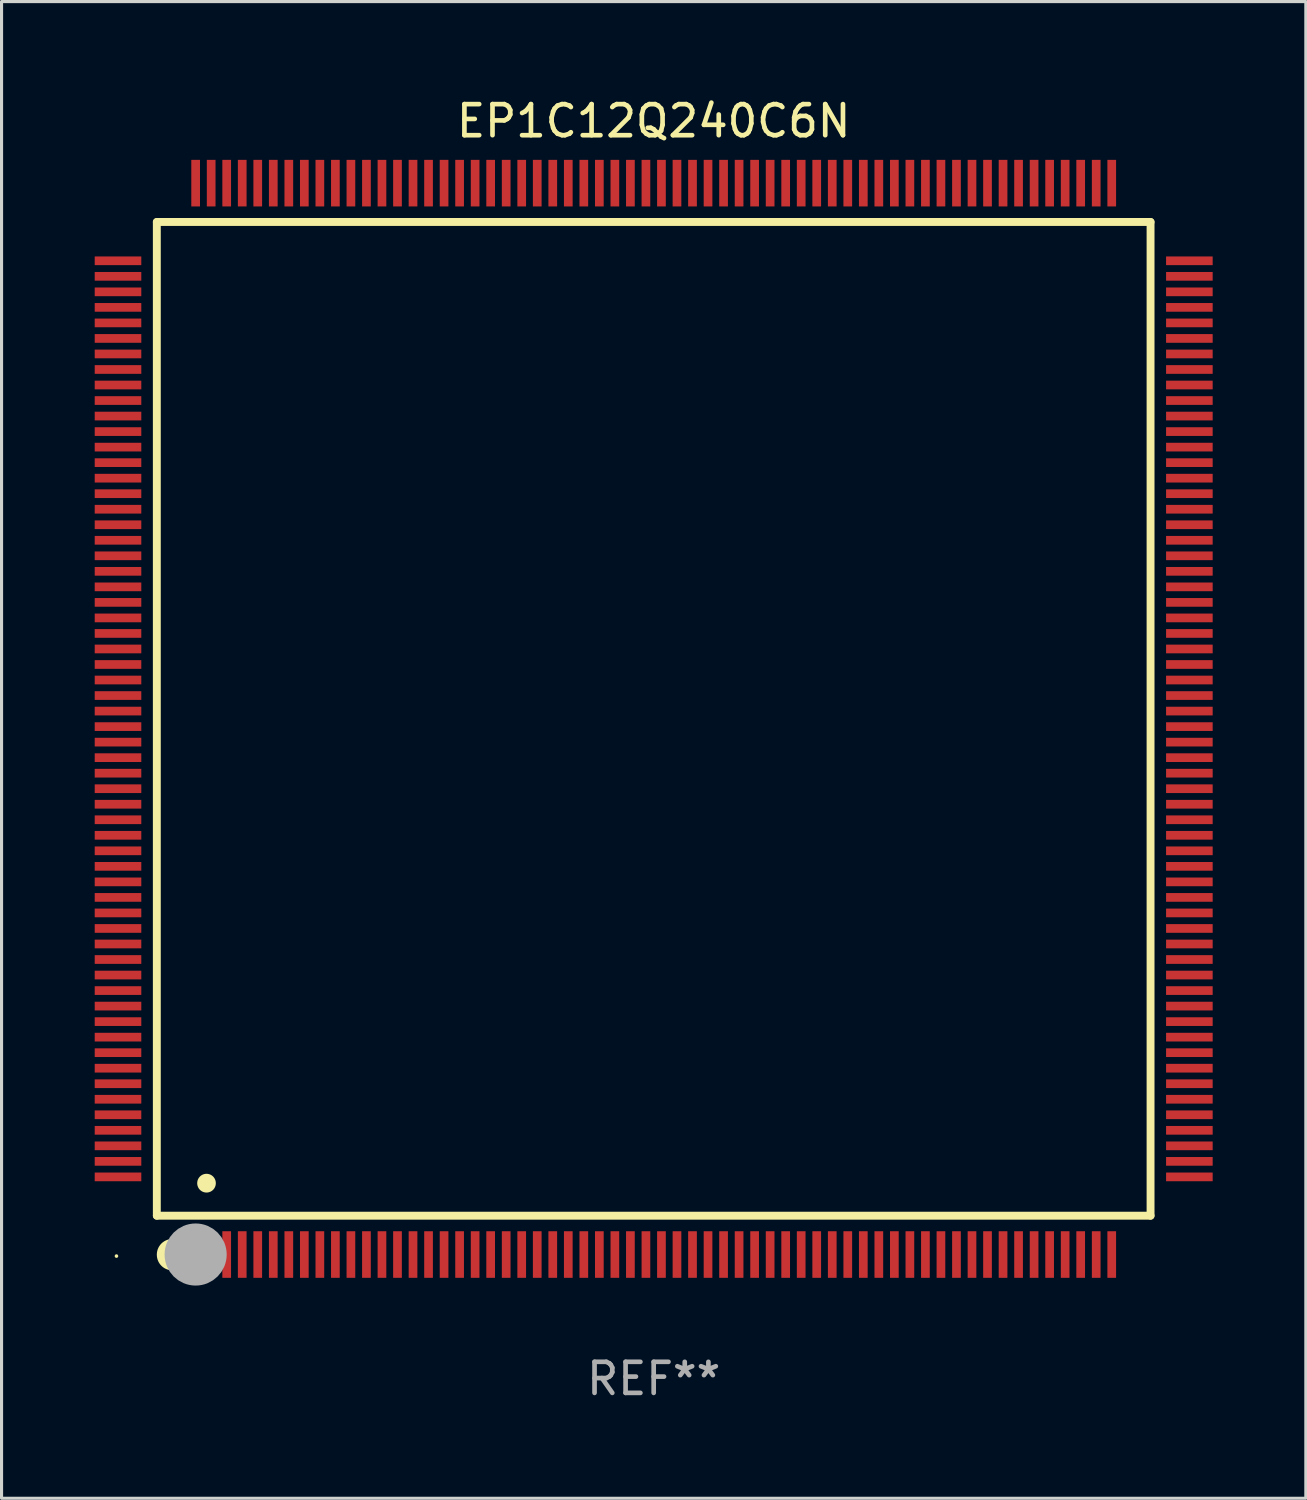
<source format=kicad_pcb>
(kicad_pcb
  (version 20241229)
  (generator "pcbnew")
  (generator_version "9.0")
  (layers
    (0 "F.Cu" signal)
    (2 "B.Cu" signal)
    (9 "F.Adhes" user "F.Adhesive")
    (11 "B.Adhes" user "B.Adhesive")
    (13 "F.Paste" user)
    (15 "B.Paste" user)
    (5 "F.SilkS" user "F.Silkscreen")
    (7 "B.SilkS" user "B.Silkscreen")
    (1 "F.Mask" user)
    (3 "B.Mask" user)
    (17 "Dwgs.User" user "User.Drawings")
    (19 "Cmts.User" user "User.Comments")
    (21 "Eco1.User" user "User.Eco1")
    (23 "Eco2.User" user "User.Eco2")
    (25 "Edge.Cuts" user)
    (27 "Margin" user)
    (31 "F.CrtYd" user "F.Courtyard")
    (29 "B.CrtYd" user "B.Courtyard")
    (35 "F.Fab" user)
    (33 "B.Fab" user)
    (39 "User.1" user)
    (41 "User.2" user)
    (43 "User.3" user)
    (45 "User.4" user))
  (footprint "EP1C12Q240C6N"
    (layer "F.Cu")
    (at 18 20.098)
    (property "Reference" "EP1C12Q240C6N" (at 0 -19.25 0) (layer "F.SilkS") (effects (font (size 1 1) (thickness 0.15))))
    (attr through_hole)
    (fp_line (start -16 -16) (end 16 -16) (stroke (width 0.254) (type solid)) (layer "F.SilkS"))
    (fp_line (start -16 16) (end -16 -16) (stroke (width 0.254) (type solid)) (layer "F.SilkS"))
    (fp_line (start 16 -16) (end 16 16) (stroke (width 0.254) (type solid)) (layer "F.SilkS"))
    (fp_line (start 16 16) (end -16 16) (stroke (width 0.254) (type solid)) (layer "F.SilkS"))
    (fp_arc (start -15.500025 17.258522) (mid -15.500043 17.25428) (end -15.500025 17.250038) (stroke (width 1) (type solid)) (layer "F.SilkS"))
    (fp_arc (start -14.399949 14.954889) (mid -14.39996 14.952349) (end -14.399949 14.949809) (stroke (width 0.599441) (type solid)) (layer "F.SilkS"))
    (fp_circle (center -17.3 17.3) (end -17.27 17.3) (stroke (width 0.06) (type solid)) (fill no) (layer "F.SilkS"))
    (fp_circle (center -14.75 17.25) (end -14.25 17.25) (stroke (width 1) (type solid)) (fill no) (layer "F.Fab"))
    (fp_text user "REF**" (at 0 21.25 0) (layer "F.Fab") (effects (font (size 1 1) (thickness 0.15))))
    (pad "1" smd rect (at -14.75 17.25 180) (size 0.28 1.5) (layers "F.Cu" "F.Mask" "F.Paste"))
    (pad "2" smd rect (at -14.25 17.25 180) (size 0.28 1.5) (layers "F.Cu" "F.Mask" "F.Paste"))
    (pad "3" smd rect (at -13.75 17.25 180) (size 0.28 1.5) (layers "F.Cu" "F.Mask" "F.Paste"))
    (pad "4" smd rect (at -13.25 17.25 180) (size 0.28 1.5) (layers "F.Cu" "F.Mask" "F.Paste"))
    (pad "5" smd rect (at -12.75 17.25 180) (size 0.28 1.5) (layers "F.Cu" "F.Mask" "F.Paste"))
    (pad "6" smd rect (at -12.25 17.25 180) (size 0.28 1.5) (layers "F.Cu" "F.Mask" "F.Paste"))
    (pad "7" smd rect (at -11.75 17.25 180) (size 0.28 1.5) (layers "F.Cu" "F.Mask" "F.Paste"))
    (pad "8" smd rect (at -11.25 17.25 180) (size 0.28 1.5) (layers "F.Cu" "F.Mask" "F.Paste"))
    (pad "9" smd rect (at -10.75 17.25 180) (size 0.28 1.5) (layers "F.Cu" "F.Mask" "F.Paste"))
    (pad "10" smd rect (at -10.25 17.25 180) (size 0.28 1.5) (layers "F.Cu" "F.Mask" "F.Paste"))
    (pad "11" smd rect (at -9.75 17.25 180) (size 0.28 1.5) (layers "F.Cu" "F.Mask" "F.Paste"))
    (pad "12" smd rect (at -9.25 17.25 180) (size 0.28 1.5) (layers "F.Cu" "F.Mask" "F.Paste"))
    (pad "13" smd rect (at -8.75 17.25 180) (size 0.28 1.5) (layers "F.Cu" "F.Mask" "F.Paste"))
    (pad "14" smd rect (at -8.25 17.25 180) (size 0.28 1.5) (layers "F.Cu" "F.Mask" "F.Paste"))
    (pad "15" smd rect (at -7.75 17.25 180) (size 0.28 1.5) (layers "F.Cu" "F.Mask" "F.Paste"))
    (pad "16" smd rect (at -7.25 17.25 180) (size 0.28 1.5) (layers "F.Cu" "F.Mask" "F.Paste"))
    (pad "17" smd rect (at -6.75 17.25 180) (size 0.28 1.5) (layers "F.Cu" "F.Mask" "F.Paste"))
    (pad "18" smd rect (at -6.25 17.25 180) (size 0.28 1.5) (layers "F.Cu" "F.Mask" "F.Paste"))
    (pad "19" smd rect (at -5.75 17.25 180) (size 0.28 1.5) (layers "F.Cu" "F.Mask" "F.Paste"))
    (pad "20" smd rect (at -5.25 17.25 180) (size 0.28 1.5) (layers "F.Cu" "F.Mask" "F.Paste"))
    (pad "21" smd rect (at -4.75 17.25 180) (size 0.28 1.5) (layers "F.Cu" "F.Mask" "F.Paste"))
    (pad "22" smd rect (at -4.25 17.25 180) (size 0.28 1.5) (layers "F.Cu" "F.Mask" "F.Paste"))
    (pad "23" smd rect (at -3.75 17.25 180) (size 0.28 1.5) (layers "F.Cu" "F.Mask" "F.Paste"))
    (pad "24" smd rect (at -3.25 17.25 180) (size 0.28 1.5) (layers "F.Cu" "F.Mask" "F.Paste"))
    (pad "25" smd rect (at -2.75 17.25 180) (size 0.28 1.5) (layers "F.Cu" "F.Mask" "F.Paste"))
    (pad "26" smd rect (at -2.25 17.25 180) (size 0.28 1.5) (layers "F.Cu" "F.Mask" "F.Paste"))
    (pad "27" smd rect (at -1.75 17.25 180) (size 0.28 1.5) (layers "F.Cu" "F.Mask" "F.Paste"))
    (pad "28" smd rect (at -1.25 17.25 180) (size 0.28 1.5) (layers "F.Cu" "F.Mask" "F.Paste"))
    (pad "29" smd rect (at -0.75 17.25 180) (size 0.28 1.5) (layers "F.Cu" "F.Mask" "F.Paste"))
    (pad "30" smd rect (at -0.25 17.25 180) (size 0.28 1.5) (layers "F.Cu" "F.Mask" "F.Paste"))
    (pad "31" smd rect (at 0.25 17.25 180) (size 0.28 1.5) (layers "F.Cu" "F.Mask" "F.Paste"))
    (pad "32" smd rect (at 0.75 17.25 180) (size 0.28 1.5) (layers "F.Cu" "F.Mask" "F.Paste"))
    (pad "33" smd rect (at 1.25 17.25 180) (size 0.28 1.5) (layers "F.Cu" "F.Mask" "F.Paste"))
    (pad "34" smd rect (at 1.75 17.25 180) (size 0.28 1.5) (layers "F.Cu" "F.Mask" "F.Paste"))
    (pad "35" smd rect (at 2.25 17.25 180) (size 0.28 1.5) (layers "F.Cu" "F.Mask" "F.Paste"))
    (pad "36" smd rect (at 2.75 17.25 180) (size 0.28 1.5) (layers "F.Cu" "F.Mask" "F.Paste"))
    (pad "37" smd rect (at 3.25 17.25 180) (size 0.28 1.5) (layers "F.Cu" "F.Mask" "F.Paste"))
    (pad "38" smd rect (at 3.75 17.25 180) (size 0.28 1.5) (layers "F.Cu" "F.Mask" "F.Paste"))
    (pad "39" smd rect (at 4.25 17.25 180) (size 0.28 1.5) (layers "F.Cu" "F.Mask" "F.Paste"))
    (pad "40" smd rect (at 4.75 17.25 180) (size 0.28 1.5) (layers "F.Cu" "F.Mask" "F.Paste"))
    (pad "41" smd rect (at 5.25 17.25 180) (size 0.28 1.5) (layers "F.Cu" "F.Mask" "F.Paste"))
    (pad "42" smd rect (at 5.75 17.25 180) (size 0.28 1.5) (layers "F.Cu" "F.Mask" "F.Paste"))
    (pad "43" smd rect (at 6.25 17.25 180) (size 0.28 1.5) (layers "F.Cu" "F.Mask" "F.Paste"))
    (pad "44" smd rect (at 6.75 17.25 180) (size 0.28 1.5) (layers "F.Cu" "F.Mask" "F.Paste"))
    (pad "45" smd rect (at 7.25 17.25 180) (size 0.28 1.5) (layers "F.Cu" "F.Mask" "F.Paste"))
    (pad "46" smd rect (at 7.75 17.25 180) (size 0.28 1.5) (layers "F.Cu" "F.Mask" "F.Paste"))
    (pad "47" smd rect (at 8.25 17.25 180) (size 0.28 1.5) (layers "F.Cu" "F.Mask" "F.Paste"))
    (pad "48" smd rect (at 8.75 17.25 180) (size 0.28 1.5) (layers "F.Cu" "F.Mask" "F.Paste"))
    (pad "49" smd rect (at 9.25 17.25 180) (size 0.28 1.5) (layers "F.Cu" "F.Mask" "F.Paste"))
    (pad "50" smd rect (at 9.75 17.25 180) (size 0.28 1.5) (layers "F.Cu" "F.Mask" "F.Paste"))
    (pad "51" smd rect (at 10.25 17.25 180) (size 0.28 1.5) (layers "F.Cu" "F.Mask" "F.Paste"))
    (pad "52" smd rect (at 10.75 17.25 180) (size 0.28 1.5) (layers "F.Cu" "F.Mask" "F.Paste"))
    (pad "53" smd rect (at 11.25 17.25) (size 0.28 1.5) (layers "F.Cu" "F.Mask" "F.Paste"))
    (pad "54" smd rect (at 11.75 17.25) (size 0.28 1.5) (layers "F.Cu" "F.Mask" "F.Paste"))
    (pad "55" smd rect (at 12.25 17.25) (size 0.28 1.5) (layers "F.Cu" "F.Mask" "F.Paste"))
    (pad "56" smd rect (at 12.75 17.25) (size 0.28 1.5) (layers "F.Cu" "F.Mask" "F.Paste"))
    (pad "57" smd rect (at 13.25 17.25) (size 0.28 1.5) (layers "F.Cu" "F.Mask" "F.Paste"))
    (pad "58" smd rect (at 13.75 17.25) (size 0.28 1.5) (layers "F.Cu" "F.Mask" "F.Paste"))
    (pad "59" smd rect (at 14.25 17.25) (size 0.28 1.5) (layers "F.Cu" "F.Mask" "F.Paste"))
    (pad "60" smd rect (at 14.75 17.25) (size 0.28 1.5) (layers "F.Cu" "F.Mask" "F.Paste"))
    (pad "61" smd rect (at 17.25 14.75 90) (size 0.28 1.5) (layers "F.Cu" "F.Mask" "F.Paste"))
    (pad "62" smd rect (at 17.25 14.25 90) (size 0.28 1.5) (layers "F.Cu" "F.Mask" "F.Paste"))
    (pad "63" smd rect (at 17.25 13.75 90) (size 0.28 1.5) (layers "F.Cu" "F.Mask" "F.Paste"))
    (pad "64" smd rect (at 17.25 13.25 90) (size 0.28 1.5) (layers "F.Cu" "F.Mask" "F.Paste"))
    (pad "65" smd rect (at 17.25 12.75 90) (size 0.28 1.5) (layers "F.Cu" "F.Mask" "F.Paste"))
    (pad "66" smd rect (at 17.25 12.25 90) (size 0.28 1.5) (layers "F.Cu" "F.Mask" "F.Paste"))
    (pad "67" smd rect (at 17.25 11.75 90) (size 0.28 1.5) (layers "F.Cu" "F.Mask" "F.Paste"))
    (pad "68" smd rect (at 17.25 11.25 90) (size 0.28 1.5) (layers "F.Cu" "F.Mask" "F.Paste"))
    (pad "69" smd rect (at 17.25 10.75 90) (size 0.28 1.5) (layers "F.Cu" "F.Mask" "F.Paste"))
    (pad "70" smd rect (at 17.25 10.25 90) (size 0.28 1.5) (layers "F.Cu" "F.Mask" "F.Paste"))
    (pad "71" smd rect (at 17.25 9.75 90) (size 0.28 1.5) (layers "F.Cu" "F.Mask" "F.Paste"))
    (pad "72" smd rect (at 17.25 9.25 90) (size 0.28 1.5) (layers "F.Cu" "F.Mask" "F.Paste"))
    (pad "73" smd rect (at 17.25 8.75 90) (size 0.28 1.5) (layers "F.Cu" "F.Mask" "F.Paste"))
    (pad "74" smd rect (at 17.25 8.25 90) (size 0.28 1.5) (layers "F.Cu" "F.Mask" "F.Paste"))
    (pad "75" smd rect (at 17.25 7.75 90) (size 0.28 1.5) (layers "F.Cu" "F.Mask" "F.Paste"))
    (pad "76" smd rect (at 17.25 7.25 90) (size 0.28 1.5) (layers "F.Cu" "F.Mask" "F.Paste"))
    (pad "77" smd rect (at 17.25 6.75 90) (size 0.28 1.5) (layers "F.Cu" "F.Mask" "F.Paste"))
    (pad "78" smd rect (at 17.25 6.25 90) (size 0.28 1.5) (layers "F.Cu" "F.Mask" "F.Paste"))
    (pad "79" smd rect (at 17.25 5.75 90) (size 0.28 1.5) (layers "F.Cu" "F.Mask" "F.Paste"))
    (pad "80" smd rect (at 17.25 5.25 90) (size 0.28 1.5) (layers "F.Cu" "F.Mask" "F.Paste"))
    (pad "81" smd rect (at 17.25 4.75 90) (size 0.28 1.5) (layers "F.Cu" "F.Mask" "F.Paste"))
    (pad "82" smd rect (at 17.25 4.25 90) (size 0.28 1.5) (layers "F.Cu" "F.Mask" "F.Paste"))
    (pad "83" smd rect (at 17.25 3.75 90) (size 0.28 1.5) (layers "F.Cu" "F.Mask" "F.Paste"))
    (pad "84" smd rect (at 17.25 3.25 90) (size 0.28 1.5) (layers "F.Cu" "F.Mask" "F.Paste"))
    (pad "85" smd rect (at 17.25 2.75 90) (size 0.28 1.5) (layers "F.Cu" "F.Mask" "F.Paste"))
    (pad "86" smd rect (at 17.25 2.25 90) (size 0.28 1.5) (layers "F.Cu" "F.Mask" "F.Paste"))
    (pad "87" smd rect (at 17.25 1.75 90) (size 0.28 1.5) (layers "F.Cu" "F.Mask" "F.Paste"))
    (pad "88" smd rect (at 17.25 1.25 90) (size 0.28 1.5) (layers "F.Cu" "F.Mask" "F.Paste"))
    (pad "89" smd rect (at 17.25 0.75 90) (size 0.28 1.5) (layers "F.Cu" "F.Mask" "F.Paste"))
    (pad "90" smd rect (at 17.25 0.25 90) (size 0.28 1.5) (layers "F.Cu" "F.Mask" "F.Paste"))
    (pad "91" smd rect (at 17.25 -0.25 90) (size 0.28 1.5) (layers "F.Cu" "F.Mask" "F.Paste"))
    (pad "92" smd rect (at 17.25 -0.75 90) (size 0.28 1.5) (layers "F.Cu" "F.Mask" "F.Paste"))
    (pad "93" smd rect (at 17.25 -1.25 90) (size 0.28 1.5) (layers "F.Cu" "F.Mask" "F.Paste"))
    (pad "94" smd rect (at 17.25 -1.75 90) (size 0.28 1.5) (layers "F.Cu" "F.Mask" "F.Paste"))
    (pad "95" smd rect (at 17.25 -2.25 90) (size 0.28 1.5) (layers "F.Cu" "F.Mask" "F.Paste"))
    (pad "96" smd rect (at 17.25 -2.75 90) (size 0.28 1.5) (layers "F.Cu" "F.Mask" "F.Paste"))
    (pad "97" smd rect (at 17.25 -3.25 90) (size 0.28 1.5) (layers "F.Cu" "F.Mask" "F.Paste"))
    (pad "98" smd rect (at 17.25 -3.75 90) (size 0.28 1.5) (layers "F.Cu" "F.Mask" "F.Paste"))
    (pad "99" smd rect (at 17.25 -4.25 90) (size 0.28 1.5) (layers "F.Cu" "F.Mask" "F.Paste"))
    (pad "100" smd rect (at 17.25 -4.75 90) (size 0.28 1.5) (layers "F.Cu" "F.Mask" "F.Paste"))
    (pad "101" smd rect (at 17.25 -5.25 90) (size 0.28 1.5) (layers "F.Cu" "F.Mask" "F.Paste"))
    (pad "102" smd rect (at 17.25 -5.75 90) (size 0.28 1.5) (layers "F.Cu" "F.Mask" "F.Paste"))
    (pad "103" smd rect (at 17.25 -6.25 90) (size 0.28 1.5) (layers "F.Cu" "F.Mask" "F.Paste"))
    (pad "104" smd rect (at 17.25 -6.75 90) (size 0.28 1.5) (layers "F.Cu" "F.Mask" "F.Paste"))
    (pad "105" smd rect (at 17.25 -7.25 90) (size 0.28 1.5) (layers "F.Cu" "F.Mask" "F.Paste"))
    (pad "106" smd rect (at 17.25 -7.75 90) (size 0.28 1.5) (layers "F.Cu" "F.Mask" "F.Paste"))
    (pad "107" smd rect (at 17.25 -8.25 90) (size 0.28 1.5) (layers "F.Cu" "F.Mask" "F.Paste"))
    (pad "108" smd rect (at 17.25 -8.75 90) (size 0.28 1.5) (layers "F.Cu" "F.Mask" "F.Paste"))
    (pad "109" smd rect (at 17.25 -9.25 90) (size 0.28 1.5) (layers "F.Cu" "F.Mask" "F.Paste"))
    (pad "110" smd rect (at 17.25 -9.75 90) (size 0.28 1.5) (layers "F.Cu" "F.Mask" "F.Paste"))
    (pad "111" smd rect (at 17.25 -10.25 90) (size 0.28 1.5) (layers "F.Cu" "F.Mask" "F.Paste"))
    (pad "112" smd rect (at 17.25 -10.75 90) (size 0.28 1.5) (layers "F.Cu" "F.Mask" "F.Paste"))
    (pad "113" smd rect (at 17.25 -11.25 90) (size 0.28 1.5) (layers "F.Cu" "F.Mask" "F.Paste"))
    (pad "114" smd rect (at 17.25 -11.75 90) (size 0.28 1.5) (layers "F.Cu" "F.Mask" "F.Paste"))
    (pad "115" smd rect (at 17.25 -12.25 90) (size 0.28 1.5) (layers "F.Cu" "F.Mask" "F.Paste"))
    (pad "116" smd rect (at 17.25 -12.75 90) (size 0.28 1.5) (layers "F.Cu" "F.Mask" "F.Paste"))
    (pad "117" smd rect (at 17.25 -13.25 90) (size 0.28 1.5) (layers "F.Cu" "F.Mask" "F.Paste"))
    (pad "118" smd rect (at 17.25 -13.75 90) (size 0.28 1.5) (layers "F.Cu" "F.Mask" "F.Paste"))
    (pad "119" smd rect (at 17.25 -14.25 90) (size 0.28 1.5) (layers "F.Cu" "F.Mask" "F.Paste"))
    (pad "120" smd rect (at 17.25 -14.75 90) (size 0.28 1.5) (layers "F.Cu" "F.Mask" "F.Paste"))
    (pad "121" smd rect (at 14.75 -17.25 180) (size 0.28 1.5) (layers "F.Cu" "F.Mask" "F.Paste"))
    (pad "122" smd rect (at 14.25 -17.25 180) (size 0.28 1.5) (layers "F.Cu" "F.Mask" "F.Paste"))
    (pad "123" smd rect (at 13.75 -17.25 180) (size 0.28 1.5) (layers "F.Cu" "F.Mask" "F.Paste"))
    (pad "124" smd rect (at 13.25 -17.25 180) (size 0.28 1.5) (layers "F.Cu" "F.Mask" "F.Paste"))
    (pad "125" smd rect (at 12.75 -17.25 180) (size 0.28 1.5) (layers "F.Cu" "F.Mask" "F.Paste"))
    (pad "126" smd rect (at 12.25 -17.25 180) (size 0.28 1.5) (layers "F.Cu" "F.Mask" "F.Paste"))
    (pad "127" smd rect (at 11.75 -17.25 180) (size 0.28 1.5) (layers "F.Cu" "F.Mask" "F.Paste"))
    (pad "128" smd rect (at 11.25 -17.25 180) (size 0.28 1.5) (layers "F.Cu" "F.Mask" "F.Paste"))
    (pad "129" smd rect (at 10.75 -17.25 180) (size 0.28 1.5) (layers "F.Cu" "F.Mask" "F.Paste"))
    (pad "130" smd rect (at 10.25 -17.25 180) (size 0.28 1.5) (layers "F.Cu" "F.Mask" "F.Paste"))
    (pad "131" smd rect (at 9.75 -17.25 180) (size 0.28 1.5) (layers "F.Cu" "F.Mask" "F.Paste"))
    (pad "132" smd rect (at 9.25 -17.25 180) (size 0.28 1.5) (layers "F.Cu" "F.Mask" "F.Paste"))
    (pad "133" smd rect (at 8.75 -17.25 180) (size 0.28 1.5) (layers "F.Cu" "F.Mask" "F.Paste"))
    (pad "134" smd rect (at 8.25 -17.25 180) (size 0.28 1.5) (layers "F.Cu" "F.Mask" "F.Paste"))
    (pad "135" smd rect (at 7.75 -17.25 180) (size 0.28 1.5) (layers "F.Cu" "F.Mask" "F.Paste"))
    (pad "136" smd rect (at 7.25 -17.25 180) (size 0.28 1.5) (layers "F.Cu" "F.Mask" "F.Paste"))
    (pad "137" smd rect (at 6.75 -17.25 180) (size 0.28 1.5) (layers "F.Cu" "F.Mask" "F.Paste"))
    (pad "138" smd rect (at 6.25 -17.25 180) (size 0.28 1.5) (layers "F.Cu" "F.Mask" "F.Paste"))
    (pad "139" smd rect (at 5.75 -17.25 180) (size 0.28 1.5) (layers "F.Cu" "F.Mask" "F.Paste"))
    (pad "140" smd rect (at 5.25 -17.25 180) (size 0.28 1.5) (layers "F.Cu" "F.Mask" "F.Paste"))
    (pad "141" smd rect (at 4.75 -17.25 180) (size 0.28 1.5) (layers "F.Cu" "F.Mask" "F.Paste"))
    (pad "142" smd rect (at 4.25 -17.25 180) (size 0.28 1.5) (layers "F.Cu" "F.Mask" "F.Paste"))
    (pad "143" smd rect (at 3.75 -17.25 180) (size 0.28 1.5) (layers "F.Cu" "F.Mask" "F.Paste"))
    (pad "144" smd rect (at 3.25 -17.25 180) (size 0.28 1.5) (layers "F.Cu" "F.Mask" "F.Paste"))
    (pad "145" smd rect (at 2.75 -17.25 180) (size 0.28 1.5) (layers "F.Cu" "F.Mask" "F.Paste"))
    (pad "146" smd rect (at 2.25 -17.25 180) (size 0.28 1.5) (layers "F.Cu" "F.Mask" "F.Paste"))
    (pad "147" smd rect (at 1.75 -17.25 180) (size 0.28 1.5) (layers "F.Cu" "F.Mask" "F.Paste"))
    (pad "148" smd rect (at 1.25 -17.25 180) (size 0.28 1.5) (layers "F.Cu" "F.Mask" "F.Paste"))
    (pad "149" smd rect (at 0.75 -17.25 180) (size 0.28 1.5) (layers "F.Cu" "F.Mask" "F.Paste"))
    (pad "150" smd rect (at 0.25 -17.25 180) (size 0.28 1.5) (layers "F.Cu" "F.Mask" "F.Paste"))
    (pad "151" smd rect (at -0.25 -17.25 180) (size 0.28 1.5) (layers "F.Cu" "F.Mask" "F.Paste"))
    (pad "152" smd rect (at -0.75 -17.25 180) (size 0.28 1.5) (layers "F.Cu" "F.Mask" "F.Paste"))
    (pad "153" smd rect (at -1.25 -17.25 180) (size 0.28 1.5) (layers "F.Cu" "F.Mask" "F.Paste"))
    (pad "154" smd rect (at -1.75 -17.25 180) (size 0.28 1.5) (layers "F.Cu" "F.Mask" "F.Paste"))
    (pad "155" smd rect (at -2.25 -17.25 180) (size 0.28 1.5) (layers "F.Cu" "F.Mask" "F.Paste"))
    (pad "156" smd rect (at -2.75 -17.25 180) (size 0.28 1.5) (layers "F.Cu" "F.Mask" "F.Paste"))
    (pad "157" smd rect (at -3.25 -17.25) (size 0.28 1.5) (layers "F.Cu" "F.Mask" "F.Paste"))
    (pad "158" smd rect (at -3.75 -17.25) (size 0.28 1.5) (layers "F.Cu" "F.Mask" "F.Paste"))
    (pad "159" smd rect (at -4.25 -17.25) (size 0.28 1.5) (layers "F.Cu" "F.Mask" "F.Paste"))
    (pad "160" smd rect (at -4.75 -17.25) (size 0.28 1.5) (layers "F.Cu" "F.Mask" "F.Paste"))
    (pad "161" smd rect (at -5.25 -17.25) (size 0.28 1.5) (layers "F.Cu" "F.Mask" "F.Paste"))
    (pad "162" smd rect (at -5.75 -17.25) (size 0.28 1.5) (layers "F.Cu" "F.Mask" "F.Paste"))
    (pad "163" smd rect (at -6.25 -17.25) (size 0.28 1.5) (layers "F.Cu" "F.Mask" "F.Paste"))
    (pad "164" smd rect (at -6.75 -17.25) (size 0.28 1.5) (layers "F.Cu" "F.Mask" "F.Paste"))
    (pad "165" smd rect (at -7.25 -17.25) (size 0.28 1.5) (layers "F.Cu" "F.Mask" "F.Paste"))
    (pad "166" smd rect (at -7.75 -17.25) (size 0.28 1.5) (layers "F.Cu" "F.Mask" "F.Paste"))
    (pad "167" smd rect (at -8.25 -17.25) (size 0.28 1.5) (layers "F.Cu" "F.Mask" "F.Paste"))
    (pad "168" smd rect (at -8.75 -17.25) (size 0.28 1.5) (layers "F.Cu" "F.Mask" "F.Paste"))
    (pad "169" smd rect (at -9.25 -17.25) (size 0.28 1.5) (layers "F.Cu" "F.Mask" "F.Paste"))
    (pad "170" smd rect (at -9.75 -17.25) (size 0.28 1.5) (layers "F.Cu" "F.Mask" "F.Paste"))
    (pad "171" smd rect (at -10.25 -17.25) (size 0.28 1.5) (layers "F.Cu" "F.Mask" "F.Paste"))
    (pad "172" smd rect (at -10.75 -17.25) (size 0.28 1.5) (layers "F.Cu" "F.Mask" "F.Paste"))
    (pad "173" smd rect (at -11.25 -17.25) (size 0.28 1.5) (layers "F.Cu" "F.Mask" "F.Paste"))
    (pad "174" smd rect (at -11.75 -17.25) (size 0.28 1.5) (layers "F.Cu" "F.Mask" "F.Paste"))
    (pad "175" smd rect (at -12.25 -17.25) (size 0.28 1.5) (layers "F.Cu" "F.Mask" "F.Paste"))
    (pad "176" smd rect (at -12.75 -17.25) (size 0.28 1.5) (layers "F.Cu" "F.Mask" "F.Paste"))
    (pad "177" smd rect (at -13.25 -17.25) (size 0.28 1.5) (layers "F.Cu" "F.Mask" "F.Paste"))
    (pad "178" smd rect (at -13.75 -17.25) (size 0.28 1.5) (layers "F.Cu" "F.Mask" "F.Paste"))
    (pad "179" smd rect (at -14.25 -17.25) (size 0.28 1.5) (layers "F.Cu" "F.Mask" "F.Paste"))
    (pad "180" smd rect (at -14.75 -17.25) (size 0.28 1.5) (layers "F.Cu" "F.Mask" "F.Paste"))
    (pad "181" smd rect (at -17.25 -14.75 90) (size 0.28 1.5) (layers "F.Cu" "F.Mask" "F.Paste"))
    (pad "182" smd rect (at -17.25 -14.25 90) (size 0.28 1.5) (layers "F.Cu" "F.Mask" "F.Paste"))
    (pad "183" smd rect (at -17.25 -13.75 90) (size 0.28 1.5) (layers "F.Cu" "F.Mask" "F.Paste"))
    (pad "184" smd rect (at -17.25 -13.25 90) (size 0.28 1.5) (layers "F.Cu" "F.Mask" "F.Paste"))
    (pad "185" smd rect (at -17.25 -12.75 90) (size 0.28 1.5) (layers "F.Cu" "F.Mask" "F.Paste"))
    (pad "186" smd rect (at -17.25 -12.25 90) (size 0.28 1.5) (layers "F.Cu" "F.Mask" "F.Paste"))
    (pad "187" smd rect (at -17.25 -11.75 90) (size 0.28 1.5) (layers "F.Cu" "F.Mask" "F.Paste"))
    (pad "188" smd rect (at -17.25 -11.25 90) (size 0.28 1.5) (layers "F.Cu" "F.Mask" "F.Paste"))
    (pad "189" smd rect (at -17.25 -10.75 90) (size 0.28 1.5) (layers "F.Cu" "F.Mask" "F.Paste"))
    (pad "190" smd rect (at -17.25 -10.25 90) (size 0.28 1.5) (layers "F.Cu" "F.Mask" "F.Paste"))
    (pad "191" smd rect (at -17.25 -9.75 90) (size 0.28 1.5) (layers "F.Cu" "F.Mask" "F.Paste"))
    (pad "192" smd rect (at -17.25 -9.25 90) (size 0.28 1.5) (layers "F.Cu" "F.Mask" "F.Paste"))
    (pad "193" smd rect (at -17.25 -8.75 90) (size 0.28 1.5) (layers "F.Cu" "F.Mask" "F.Paste"))
    (pad "194" smd rect (at -17.25 -8.25 90) (size 0.28 1.5) (layers "F.Cu" "F.Mask" "F.Paste"))
    (pad "195" smd rect (at -17.25 -7.75 90) (size 0.28 1.5) (layers "F.Cu" "F.Mask" "F.Paste"))
    (pad "196" smd rect (at -17.25 -7.25 90) (size 0.28 1.5) (layers "F.Cu" "F.Mask" "F.Paste"))
    (pad "197" smd rect (at -17.25 -6.75 90) (size 0.28 1.5) (layers "F.Cu" "F.Mask" "F.Paste"))
    (pad "198" smd rect (at -17.25 -6.25 90) (size 0.28 1.5) (layers "F.Cu" "F.Mask" "F.Paste"))
    (pad "199" smd rect (at -17.25 -5.75 90) (size 0.28 1.5) (layers "F.Cu" "F.Mask" "F.Paste"))
    (pad "200" smd rect (at -17.25 -5.25 90) (size 0.28 1.5) (layers "F.Cu" "F.Mask" "F.Paste"))
    (pad "201" smd rect (at -17.25 -4.75 90) (size 0.28 1.5) (layers "F.Cu" "F.Mask" "F.Paste"))
    (pad "202" smd rect (at -17.25 -4.25 90) (size 0.28 1.5) (layers "F.Cu" "F.Mask" "F.Paste"))
    (pad "203" smd rect (at -17.25 -3.75 90) (size 0.28 1.5) (layers "F.Cu" "F.Mask" "F.Paste"))
    (pad "204" smd rect (at -17.25 -3.25 90) (size 0.28 1.5) (layers "F.Cu" "F.Mask" "F.Paste"))
    (pad "205" smd rect (at -17.25 -2.75 90) (size 0.28 1.5) (layers "F.Cu" "F.Mask" "F.Paste"))
    (pad "206" smd rect (at -17.25 -2.25 90) (size 0.28 1.5) (layers "F.Cu" "F.Mask" "F.Paste"))
    (pad "207" smd rect (at -17.25 -1.75 90) (size 0.28 1.5) (layers "F.Cu" "F.Mask" "F.Paste"))
    (pad "208" smd rect (at -17.25 -1.25 90) (size 0.28 1.5) (layers "F.Cu" "F.Mask" "F.Paste"))
    (pad "209" smd rect (at -17.25 -0.75 90) (size 0.28 1.5) (layers "F.Cu" "F.Mask" "F.Paste"))
    (pad "210" smd rect (at -17.25 -0.25 90) (size 0.28 1.5) (layers "F.Cu" "F.Mask" "F.Paste"))
    (pad "211" smd rect (at -17.25 0.25 90) (size 0.28 1.5) (layers "F.Cu" "F.Mask" "F.Paste"))
    (pad "212" smd rect (at -17.25 0.75 90) (size 0.28 1.5) (layers "F.Cu" "F.Mask" "F.Paste"))
    (pad "213" smd rect (at -17.25 1.25 90) (size 0.28 1.5) (layers "F.Cu" "F.Mask" "F.Paste"))
    (pad "214" smd rect (at -17.25 1.75 90) (size 0.28 1.5) (layers "F.Cu" "F.Mask" "F.Paste"))
    (pad "215" smd rect (at -17.25 2.25 90) (size 0.28 1.5) (layers "F.Cu" "F.Mask" "F.Paste"))
    (pad "216" smd rect (at -17.25 2.75 90) (size 0.28 1.5) (layers "F.Cu" "F.Mask" "F.Paste"))
    (pad "217" smd rect (at -17.25 3.25 90) (size 0.28 1.5) (layers "F.Cu" "F.Mask" "F.Paste"))
    (pad "218" smd rect (at -17.25 3.75 90) (size 0.28 1.5) (layers "F.Cu" "F.Mask" "F.Paste"))
    (pad "219" smd rect (at -17.25 4.25 90) (size 0.28 1.5) (layers "F.Cu" "F.Mask" "F.Paste"))
    (pad "220" smd rect (at -17.25 4.75 90) (size 0.28 1.5) (layers "F.Cu" "F.Mask" "F.Paste"))
    (pad "221" smd rect (at -17.25 5.25 90) (size 0.28 1.5) (layers "F.Cu" "F.Mask" "F.Paste"))
    (pad "222" smd rect (at -17.25 5.75 90) (size 0.28 1.5) (layers "F.Cu" "F.Mask" "F.Paste"))
    (pad "223" smd rect (at -17.25 6.25 90) (size 0.28 1.5) (layers "F.Cu" "F.Mask" "F.Paste"))
    (pad "224" smd rect (at -17.25 6.75 90) (size 0.28 1.5) (layers "F.Cu" "F.Mask" "F.Paste"))
    (pad "225" smd rect (at -17.25 7.25 90) (size 0.28 1.5) (layers "F.Cu" "F.Mask" "F.Paste"))
    (pad "226" smd rect (at -17.25 7.75 90) (size 0.28 1.5) (layers "F.Cu" "F.Mask" "F.Paste"))
    (pad "227" smd rect (at -17.25 8.25 90) (size 0.28 1.5) (layers "F.Cu" "F.Mask" "F.Paste"))
    (pad "228" smd rect (at -17.25 8.75 90) (size 0.28 1.5) (layers "F.Cu" "F.Mask" "F.Paste"))
    (pad "229" smd rect (at -17.25 9.25 90) (size 0.28 1.5) (layers "F.Cu" "F.Mask" "F.Paste"))
    (pad "230" smd rect (at -17.25 9.75 90) (size 0.28 1.5) (layers "F.Cu" "F.Mask" "F.Paste"))
    (pad "231" smd rect (at -17.25 10.25 90) (size 0.28 1.5) (layers "F.Cu" "F.Mask" "F.Paste"))
    (pad "232" smd rect (at -17.25 10.75 90) (size 0.28 1.5) (layers "F.Cu" "F.Mask" "F.Paste"))
    (pad "233" smd rect (at -17.25 11.25 90) (size 0.28 1.5) (layers "F.Cu" "F.Mask" "F.Paste"))
    (pad "234" smd rect (at -17.25 11.75 90) (size 0.28 1.5) (layers "F.Cu" "F.Mask" "F.Paste"))
    (pad "235" smd rect (at -17.25 12.25 90) (size 0.28 1.5) (layers "F.Cu" "F.Mask" "F.Paste"))
    (pad "236" smd rect (at -17.25 12.75 90) (size 0.28 1.5) (layers "F.Cu" "F.Mask" "F.Paste"))
    (pad "237" smd rect (at -17.25 13.25 90) (size 0.28 1.5) (layers "F.Cu" "F.Mask" "F.Paste"))
    (pad "238" smd rect (at -17.25 13.75 90) (size 0.28 1.5) (layers "F.Cu" "F.Mask" "F.Paste"))
    (pad "239" smd rect (at -17.25 14.25 90) (size 0.28 1.5) (layers "F.Cu" "F.Mask" "F.Paste"))
    (pad "240" smd rect (at -17.25 14.75 90) (size 0.28 1.5) (layers "F.Cu" "F.Mask" "F.Paste")))
  (gr_rect
    (start -3 -3)
    (end 39 45.197)
    (stroke (width 0.1) (type default))
    (fill no)
    (layer "Edge.Cuts")))
</source>
